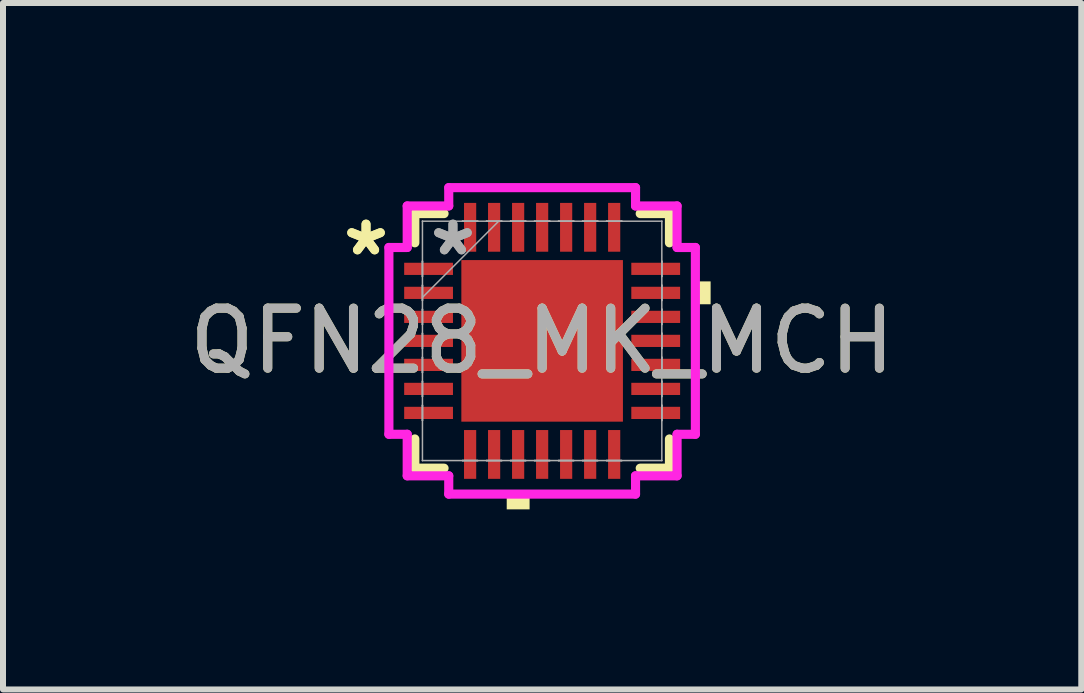
<source format=kicad_pcb>
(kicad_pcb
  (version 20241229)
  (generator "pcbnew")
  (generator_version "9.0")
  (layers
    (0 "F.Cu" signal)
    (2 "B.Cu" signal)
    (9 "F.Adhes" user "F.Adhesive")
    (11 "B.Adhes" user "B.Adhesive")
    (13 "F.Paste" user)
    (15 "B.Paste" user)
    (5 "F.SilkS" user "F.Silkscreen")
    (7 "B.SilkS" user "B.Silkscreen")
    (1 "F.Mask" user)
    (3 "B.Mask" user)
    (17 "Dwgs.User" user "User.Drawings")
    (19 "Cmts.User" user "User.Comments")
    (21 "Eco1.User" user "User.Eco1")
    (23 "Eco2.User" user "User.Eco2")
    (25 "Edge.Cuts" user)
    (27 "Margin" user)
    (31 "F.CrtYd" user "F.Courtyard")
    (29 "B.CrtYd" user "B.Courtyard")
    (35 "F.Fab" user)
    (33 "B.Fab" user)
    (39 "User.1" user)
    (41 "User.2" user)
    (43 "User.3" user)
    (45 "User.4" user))
  (footprint "QFN28_MK_MCH"
    (layer "F.Cu")
    (at 5.982 2.629)
    (property "Reference" "QFN28_MK_MCH" (at 0 0 0) (unlocked yes) (layer "F.SilkS") (effects (font (size 1 1) (thickness 0.15))))
    (attr smd)
    (fp_line (start -2.121 -2.121) (end -2.121 -1.634) (stroke (width 0.152) (type solid)) (layer "F.SilkS"))
    (fp_line (start -2.121 1.634) (end -2.121 2.121) (stroke (width 0.152) (type solid)) (layer "F.SilkS"))
    (fp_line (start -2.121 2.121) (end -1.634 2.121) (stroke (width 0.152) (type solid)) (layer "F.SilkS"))
    (fp_line (start -1.634 -2.121) (end -2.121 -2.121) (stroke (width 0.152) (type solid)) (layer "F.SilkS"))
    (fp_line (start 1.634 2.121) (end 2.121 2.121) (stroke (width 0.152) (type solid)) (layer "F.SilkS"))
    (fp_line (start 2.121 -2.121) (end 1.634 -2.121) (stroke (width 0.152) (type solid)) (layer "F.SilkS"))
    (fp_line (start 2.121 -1.634) (end 2.121 -2.121) (stroke (width 0.152) (type solid)) (layer "F.SilkS"))
    (fp_line (start 2.121 2.121) (end 2.121 1.634) (stroke (width 0.152) (type solid)) (layer "F.SilkS"))
    (fp_poly (pts (xy -0.59 2.553) (xy -0.59 2.807) (xy -0.209 2.807) (xy -0.209 2.553)) (stroke (width 0) (type solid)) (fill yes) (layer "F.SilkS"))
    (fp_poly (pts (xy 2.807 -0.991) (xy 2.807 -0.61) (xy 2.553 -0.61) (xy 2.553 -0.991)) (stroke (width 0) (type solid)) (fill yes) (layer "F.SilkS"))
    (fp_poly (pts (xy -1.246 -1.246) (xy -1.246 -0.1) (xy -0.1 -0.1) (xy -0.1 -1.246)) (stroke (width 0) (type solid)) (fill yes) (layer "F.Paste"))
    (fp_poly (pts (xy -1.246 0.1) (xy -1.246 1.246) (xy -0.1 1.246) (xy -0.1 0.1)) (stroke (width 0) (type solid)) (fill yes) (layer "F.Paste"))
    (fp_poly (pts (xy 0.1 -1.246) (xy 0.1 -0.1) (xy 1.246 -0.1) (xy 1.246 -1.246)) (stroke (width 0) (type solid)) (fill yes) (layer "F.Paste"))
    (fp_poly (pts (xy 0.1 0.1) (xy 0.1 1.246) (xy 1.246 1.246) (xy 1.246 0.1)) (stroke (width 0) (type solid)) (fill yes) (layer "F.Paste"))
    (fp_line (start -2.553 -1.556) (end -2.248 -1.556) (stroke (width 0.152) (type solid)) (layer "F.CrtYd"))
    (fp_line (start -2.553 1.556) (end -2.553 -1.556) (stroke (width 0.152) (type solid)) (layer "F.CrtYd"))
    (fp_line (start -2.248 -2.248) (end -1.556 -2.248) (stroke (width 0.152) (type solid)) (layer "F.CrtYd"))
    (fp_line (start -2.248 -1.556) (end -2.248 -2.248) (stroke (width 0.152) (type solid)) (layer "F.CrtYd"))
    (fp_line (start -2.248 1.556) (end -2.553 1.556) (stroke (width 0.152) (type solid)) (layer "F.CrtYd"))
    (fp_line (start -2.248 2.248) (end -2.248 1.556) (stroke (width 0.152) (type solid)) (layer "F.CrtYd"))
    (fp_line (start -1.556 -2.553) (end 1.556 -2.553) (stroke (width 0.152) (type solid)) (layer "F.CrtYd"))
    (fp_line (start -1.556 -2.248) (end -1.556 -2.553) (stroke (width 0.152) (type solid)) (layer "F.CrtYd"))
    (fp_line (start -1.556 2.248) (end -2.248 2.248) (stroke (width 0.152) (type solid)) (layer "F.CrtYd"))
    (fp_line (start -1.556 2.553) (end -1.556 2.248) (stroke (width 0.152) (type solid)) (layer "F.CrtYd"))
    (fp_line (start 1.556 -2.553) (end 1.556 -2.248) (stroke (width 0.152) (type solid)) (layer "F.CrtYd"))
    (fp_line (start 1.556 -2.248) (end 2.248 -2.248) (stroke (width 0.152) (type solid)) (layer "F.CrtYd"))
    (fp_line (start 1.556 2.248) (end 1.556 2.553) (stroke (width 0.152) (type solid)) (layer "F.CrtYd"))
    (fp_line (start 1.556 2.553) (end -1.556 2.553) (stroke (width 0.152) (type solid)) (layer "F.CrtYd"))
    (fp_line (start 2.248 -2.248) (end 2.248 -1.556) (stroke (width 0.152) (type solid)) (layer "F.CrtYd"))
    (fp_line (start 2.248 -1.556) (end 2.553 -1.556) (stroke (width 0.152) (type solid)) (layer "F.CrtYd"))
    (fp_line (start 2.248 1.556) (end 2.248 2.248) (stroke (width 0.152) (type solid)) (layer "F.CrtYd"))
    (fp_line (start 2.248 2.248) (end 1.556 2.248) (stroke (width 0.152) (type solid)) (layer "F.CrtYd"))
    (fp_line (start 2.553 -1.556) (end 2.553 1.556) (stroke (width 0.152) (type solid)) (layer "F.CrtYd"))
    (fp_line (start 2.553 1.556) (end 2.248 1.556) (stroke (width 0.152) (type solid)) (layer "F.CrtYd"))
    (fp_line (start -1.994 -1.994) (end -1.994 -1.994) (stroke (width 0.025) (type solid)) (layer "F.Fab"))
    (fp_line (start -1.994 -1.994) (end -1.994 1.994) (stroke (width 0.025) (type solid)) (layer "F.Fab"))
    (fp_line (start -1.994 -1.327) (end -1.994 -1.327) (stroke (width 0.025) (type solid)) (layer "F.Fab"))
    (fp_line (start -1.994 -1.327) (end -1.994 -1.073) (stroke (width 0.025) (type solid)) (layer "F.Fab"))
    (fp_line (start -1.994 -1.073) (end -1.994 -1.327) (stroke (width 0.025) (type solid)) (layer "F.Fab"))
    (fp_line (start -1.994 -1.073) (end -1.994 -1.073) (stroke (width 0.025) (type solid)) (layer "F.Fab"))
    (fp_line (start -1.994 -0.927) (end -1.994 -0.927) (stroke (width 0.025) (type solid)) (layer "F.Fab"))
    (fp_line (start -1.994 -0.927) (end -1.994 -0.673) (stroke (width 0.025) (type solid)) (layer "F.Fab"))
    (fp_line (start -1.994 -0.724) (end -0.724 -1.994) (stroke (width 0.025) (type solid)) (layer "F.Fab"))
    (fp_line (start -1.994 -0.673) (end -1.994 -0.927) (stroke (width 0.025) (type solid)) (layer "F.Fab"))
    (fp_line (start -1.994 -0.673) (end -1.994 -0.673) (stroke (width 0.025) (type solid)) (layer "F.Fab"))
    (fp_line (start -1.994 -0.527) (end -1.994 -0.527) (stroke (width 0.025) (type solid)) (layer "F.Fab"))
    (fp_line (start -1.994 -0.527) (end -1.994 -0.273) (stroke (width 0.025) (type solid)) (layer "F.Fab"))
    (fp_line (start -1.994 -0.273) (end -1.994 -0.527) (stroke (width 0.025) (type solid)) (layer "F.Fab"))
    (fp_line (start -1.994 -0.273) (end -1.994 -0.273) (stroke (width 0.025) (type solid)) (layer "F.Fab"))
    (fp_line (start -1.994 -0.127) (end -1.994 -0.127) (stroke (width 0.025) (type solid)) (layer "F.Fab"))
    (fp_line (start -1.994 -0.127) (end -1.994 0.127) (stroke (width 0.025) (type solid)) (layer "F.Fab"))
    (fp_line (start -1.994 0.127) (end -1.994 -0.127) (stroke (width 0.025) (type solid)) (layer "F.Fab"))
    (fp_line (start -1.994 0.127) (end -1.994 0.127) (stroke (width 0.025) (type solid)) (layer "F.Fab"))
    (fp_line (start -1.994 0.273) (end -1.994 0.273) (stroke (width 0.025) (type solid)) (layer "F.Fab"))
    (fp_line (start -1.994 0.273) (end -1.994 0.527) (stroke (width 0.025) (type solid)) (layer "F.Fab"))
    (fp_line (start -1.994 0.527) (end -1.994 0.273) (stroke (width 0.025) (type solid)) (layer "F.Fab"))
    (fp_line (start -1.994 0.527) (end -1.994 0.527) (stroke (width 0.025) (type solid)) (layer "F.Fab"))
    (fp_line (start -1.994 0.673) (end -1.994 0.673) (stroke (width 0.025) (type solid)) (layer "F.Fab"))
    (fp_line (start -1.994 0.673) (end -1.994 0.927) (stroke (width 0.025) (type solid)) (layer "F.Fab"))
    (fp_line (start -1.994 0.927) (end -1.994 0.673) (stroke (width 0.025) (type solid)) (layer "F.Fab"))
    (fp_line (start -1.994 0.927) (end -1.994 0.927) (stroke (width 0.025) (type solid)) (layer "F.Fab"))
    (fp_line (start -1.994 1.073) (end -1.994 1.073) (stroke (width 0.025) (type solid)) (layer "F.Fab"))
    (fp_line (start -1.994 1.073) (end -1.994 1.327) (stroke (width 0.025) (type solid)) (layer "F.Fab"))
    (fp_line (start -1.994 1.327) (end -1.994 1.073) (stroke (width 0.025) (type solid)) (layer "F.Fab"))
    (fp_line (start -1.994 1.327) (end -1.994 1.327) (stroke (width 0.025) (type solid)) (layer "F.Fab"))
    (fp_line (start -1.994 1.994) (end -1.994 1.994) (stroke (width 0.025) (type solid)) (layer "F.Fab"))
    (fp_line (start -1.994 1.994) (end 1.994 1.994) (stroke (width 0.025) (type solid)) (layer "F.Fab"))
    (fp_line (start -1.327 -1.994) (end -1.327 -1.994) (stroke (width 0.025) (type solid)) (layer "F.Fab"))
    (fp_line (start -1.327 -1.994) (end -1.073 -1.994) (stroke (width 0.025) (type solid)) (layer "F.Fab"))
    (fp_line (start -1.327 1.994) (end -1.327 1.994) (stroke (width 0.025) (type solid)) (layer "F.Fab"))
    (fp_line (start -1.327 1.994) (end -1.073 1.994) (stroke (width 0.025) (type solid)) (layer "F.Fab"))
    (fp_line (start -1.073 -1.994) (end -1.327 -1.994) (stroke (width 0.025) (type solid)) (layer "F.Fab"))
    (fp_line (start -1.073 -1.994) (end -1.073 -1.994) (stroke (width 0.025) (type solid)) (layer "F.Fab"))
    (fp_line (start -1.073 1.994) (end -1.327 1.994) (stroke (width 0.025) (type solid)) (layer "F.Fab"))
    (fp_line (start -1.073 1.994) (end -1.073 1.994) (stroke (width 0.025) (type solid)) (layer "F.Fab"))
    (fp_line (start -0.927 -1.994) (end -0.927 -1.994) (stroke (width 0.025) (type solid)) (layer "F.Fab"))
    (fp_line (start -0.927 -1.994) (end -0.673 -1.994) (stroke (width 0.025) (type solid)) (layer "F.Fab"))
    (fp_line (start -0.927 1.994) (end -0.927 1.994) (stroke (width 0.025) (type solid)) (layer "F.Fab"))
    (fp_line (start -0.927 1.994) (end -0.673 1.994) (stroke (width 0.025) (type solid)) (layer "F.Fab"))
    (fp_line (start -0.673 -1.994) (end -0.927 -1.994) (stroke (width 0.025) (type solid)) (layer "F.Fab"))
    (fp_line (start -0.673 -1.994) (end -0.673 -1.994) (stroke (width 0.025) (type solid)) (layer "F.Fab"))
    (fp_line (start -0.673 1.994) (end -0.927 1.994) (stroke (width 0.025) (type solid)) (layer "F.Fab"))
    (fp_line (start -0.673 1.994) (end -0.673 1.994) (stroke (width 0.025) (type solid)) (layer "F.Fab"))
    (fp_line (start -0.527 -1.994) (end -0.527 -1.994) (stroke (width 0.025) (type solid)) (layer "F.Fab"))
    (fp_line (start -0.527 -1.994) (end -0.273 -1.994) (stroke (width 0.025) (type solid)) (layer "F.Fab"))
    (fp_line (start -0.527 1.994) (end -0.527 1.994) (stroke (width 0.025) (type solid)) (layer "F.Fab"))
    (fp_line (start -0.527 1.994) (end -0.273 1.994) (stroke (width 0.025) (type solid)) (layer "F.Fab"))
    (fp_line (start -0.273 -1.994) (end -0.527 -1.994) (stroke (width 0.025) (type solid)) (layer "F.Fab"))
    (fp_line (start -0.273 -1.994) (end -0.273 -1.994) (stroke (width 0.025) (type solid)) (layer "F.Fab"))
    (fp_line (start -0.273 1.994) (end -0.527 1.994) (stroke (width 0.025) (type solid)) (layer "F.Fab"))
    (fp_line (start -0.273 1.994) (end -0.273 1.994) (stroke (width 0.025) (type solid)) (layer "F.Fab"))
    (fp_line (start -0.127 -1.994) (end -0.127 -1.994) (stroke (width 0.025) (type solid)) (layer "F.Fab"))
    (fp_line (start -0.127 -1.994) (end 0.127 -1.994) (stroke (width 0.025) (type solid)) (layer "F.Fab"))
    (fp_line (start -0.127 1.994) (end -0.127 1.994) (stroke (width 0.025) (type solid)) (layer "F.Fab"))
    (fp_line (start -0.127 1.994) (end 0.127 1.994) (stroke (width 0.025) (type solid)) (layer "F.Fab"))
    (fp_line (start 0.127 -1.994) (end -0.127 -1.994) (stroke (width 0.025) (type solid)) (layer "F.Fab"))
    (fp_line (start 0.127 -1.994) (end 0.127 -1.994) (stroke (width 0.025) (type solid)) (layer "F.Fab"))
    (fp_line (start 0.127 1.994) (end -0.127 1.994) (stroke (width 0.025) (type solid)) (layer "F.Fab"))
    (fp_line (start 0.127 1.994) (end 0.127 1.994) (stroke (width 0.025) (type solid)) (layer "F.Fab"))
    (fp_line (start 0.273 -1.994) (end 0.273 -1.994) (stroke (width 0.025) (type solid)) (layer "F.Fab"))
    (fp_line (start 0.273 -1.994) (end 0.527 -1.994) (stroke (width 0.025) (type solid)) (layer "F.Fab"))
    (fp_line (start 0.273 1.994) (end 0.273 1.994) (stroke (width 0.025) (type solid)) (layer "F.Fab"))
    (fp_line (start 0.273 1.994) (end 0.527 1.994) (stroke (width 0.025) (type solid)) (layer "F.Fab"))
    (fp_line (start 0.527 -1.994) (end 0.273 -1.994) (stroke (width 0.025) (type solid)) (layer "F.Fab"))
    (fp_line (start 0.527 -1.994) (end 0.527 -1.994) (stroke (width 0.025) (type solid)) (layer "F.Fab"))
    (fp_line (start 0.527 1.994) (end 0.273 1.994) (stroke (width 0.025) (type solid)) (layer "F.Fab"))
    (fp_line (start 0.527 1.994) (end 0.527 1.994) (stroke (width 0.025) (type solid)) (layer "F.Fab"))
    (fp_line (start 0.673 -1.994) (end 0.673 -1.994) (stroke (width 0.025) (type solid)) (layer "F.Fab"))
    (fp_line (start 0.673 -1.994) (end 0.927 -1.994) (stroke (width 0.025) (type solid)) (layer "F.Fab"))
    (fp_line (start 0.673 1.994) (end 0.673 1.994) (stroke (width 0.025) (type solid)) (layer "F.Fab"))
    (fp_line (start 0.673 1.994) (end 0.927 1.994) (stroke (width 0.025) (type solid)) (layer "F.Fab"))
    (fp_line (start 0.927 -1.994) (end 0.673 -1.994) (stroke (width 0.025) (type solid)) (layer "F.Fab"))
    (fp_line (start 0.927 -1.994) (end 0.927 -1.994) (stroke (width 0.025) (type solid)) (layer "F.Fab"))
    (fp_line (start 0.927 1.994) (end 0.673 1.994) (stroke (width 0.025) (type solid)) (layer "F.Fab"))
    (fp_line (start 0.927 1.994) (end 0.927 1.994) (stroke (width 0.025) (type solid)) (layer "F.Fab"))
    (fp_line (start 1.073 -1.994) (end 1.073 -1.994) (stroke (width 0.025) (type solid)) (layer "F.Fab"))
    (fp_line (start 1.073 -1.994) (end 1.327 -1.994) (stroke (width 0.025) (type solid)) (layer "F.Fab"))
    (fp_line (start 1.073 1.994) (end 1.073 1.994) (stroke (width 0.025) (type solid)) (layer "F.Fab"))
    (fp_line (start 1.073 1.994) (end 1.327 1.994) (stroke (width 0.025) (type solid)) (layer "F.Fab"))
    (fp_line (start 1.327 -1.994) (end 1.073 -1.994) (stroke (width 0.025) (type solid)) (layer "F.Fab"))
    (fp_line (start 1.327 -1.994) (end 1.327 -1.994) (stroke (width 0.025) (type solid)) (layer "F.Fab"))
    (fp_line (start 1.327 1.994) (end 1.073 1.994) (stroke (width 0.025) (type solid)) (layer "F.Fab"))
    (fp_line (start 1.327 1.994) (end 1.327 1.994) (stroke (width 0.025) (type solid)) (layer "F.Fab"))
    (fp_line (start 1.994 -1.994) (end -1.994 -1.994) (stroke (width 0.025) (type solid)) (layer "F.Fab"))
    (fp_line (start 1.994 -1.994) (end 1.994 -1.994) (stroke (width 0.025) (type solid)) (layer "F.Fab"))
    (fp_line (start 1.994 -1.327) (end 1.994 -1.327) (stroke (width 0.025) (type solid)) (layer "F.Fab"))
    (fp_line (start 1.994 -1.327) (end 1.994 -1.073) (stroke (width 0.025) (type solid)) (layer "F.Fab"))
    (fp_line (start 1.994 -1.073) (end 1.994 -1.327) (stroke (width 0.025) (type solid)) (layer "F.Fab"))
    (fp_line (start 1.994 -1.073) (end 1.994 -1.073) (stroke (width 0.025) (type solid)) (layer "F.Fab"))
    (fp_line (start 1.994 -0.927) (end 1.994 -0.927) (stroke (width 0.025) (type solid)) (layer "F.Fab"))
    (fp_line (start 1.994 -0.927) (end 1.994 -0.673) (stroke (width 0.025) (type solid)) (layer "F.Fab"))
    (fp_line (start 1.994 -0.673) (end 1.994 -0.927) (stroke (width 0.025) (type solid)) (layer "F.Fab"))
    (fp_line (start 1.994 -0.673) (end 1.994 -0.673) (stroke (width 0.025) (type solid)) (layer "F.Fab"))
    (fp_line (start 1.994 -0.527) (end 1.994 -0.527) (stroke (width 0.025) (type solid)) (layer "F.Fab"))
    (fp_line (start 1.994 -0.527) (end 1.994 -0.273) (stroke (width 0.025) (type solid)) (layer "F.Fab"))
    (fp_line (start 1.994 -0.273) (end 1.994 -0.527) (stroke (width 0.025) (type solid)) (layer "F.Fab"))
    (fp_line (start 1.994 -0.273) (end 1.994 -0.273) (stroke (width 0.025) (type solid)) (layer "F.Fab"))
    (fp_line (start 1.994 -0.127) (end 1.994 -0.127) (stroke (width 0.025) (type solid)) (layer "F.Fab"))
    (fp_line (start 1.994 -0.127) (end 1.994 0.127) (stroke (width 0.025) (type solid)) (layer "F.Fab"))
    (fp_line (start 1.994 0.127) (end 1.994 -0.127) (stroke (width 0.025) (type solid)) (layer "F.Fab"))
    (fp_line (start 1.994 0.127) (end 1.994 0.127) (stroke (width 0.025) (type solid)) (layer "F.Fab"))
    (fp_line (start 1.994 0.273) (end 1.994 0.273) (stroke (width 0.025) (type solid)) (layer "F.Fab"))
    (fp_line (start 1.994 0.273) (end 1.994 0.527) (stroke (width 0.025) (type solid)) (layer "F.Fab"))
    (fp_line (start 1.994 0.527) (end 1.994 0.273) (stroke (width 0.025) (type solid)) (layer "F.Fab"))
    (fp_line (start 1.994 0.527) (end 1.994 0.527) (stroke (width 0.025) (type solid)) (layer "F.Fab"))
    (fp_line (start 1.994 0.673) (end 1.994 0.673) (stroke (width 0.025) (type solid)) (layer "F.Fab"))
    (fp_line (start 1.994 0.673) (end 1.994 0.927) (stroke (width 0.025) (type solid)) (layer "F.Fab"))
    (fp_line (start 1.994 0.927) (end 1.994 0.673) (stroke (width 0.025) (type solid)) (layer "F.Fab"))
    (fp_line (start 1.994 0.927) (end 1.994 0.927) (stroke (width 0.025) (type solid)) (layer "F.Fab"))
    (fp_line (start 1.994 1.073) (end 1.994 1.073) (stroke (width 0.025) (type solid)) (layer "F.Fab"))
    (fp_line (start 1.994 1.073) (end 1.994 1.327) (stroke (width 0.025) (type solid)) (layer "F.Fab"))
    (fp_line (start 1.994 1.327) (end 1.994 1.073) (stroke (width 0.025) (type solid)) (layer "F.Fab"))
    (fp_line (start 1.994 1.327) (end 1.994 1.327) (stroke (width 0.025) (type solid)) (layer "F.Fab"))
    (fp_line (start 1.994 1.994) (end 1.994 -1.994) (stroke (width 0.025) (type solid)) (layer "F.Fab"))
    (fp_line (start 1.994 1.994) (end 1.994 1.994) (stroke (width 0.025) (type solid)) (layer "F.Fab"))
    (fp_text user "*" (at -2.934 -1.4 0) (layer "F.SilkS") (effects (font (size 1 1) (thickness 0.15))))
    (fp_text user "*" (at -2.934 -1.4 0) (unlocked yes) (layer "F.SilkS") (effects (font (size 1 1) (thickness 0.15))))
    (fp_text user "*" (at -1.486 -1.4 0) (layer "F.Fab") (effects (font (size 1 1) (thickness 0.15))))
    (fp_text user "${REFERENCE}" (at 0 0 0) (unlocked yes) (layer "F.Fab") (effects (font (size 1 1) (thickness 0.15))))
    (fp_text user "*" (at -1.486 -1.4 0) (unlocked yes) (layer "F.Fab") (effects (font (size 1 1) (thickness 0.15))))
    (pad "1" smd rect (at -1.892 -1.2 90) (size 0.203 0.813) (layers "F.Cu" "F.Mask" "F.Paste"))
    (pad "2" smd rect (at -1.892 -0.8 90) (size 0.203 0.813) (layers "F.Cu" "F.Mask" "F.Paste"))
    (pad "3" smd rect (at -1.892 -0.4 90) (size 0.203 0.813) (layers "F.Cu" "F.Mask" "F.Paste"))
    (pad "4" smd rect (at -1.892 0 90) (size 0.203 0.813) (layers "F.Cu" "F.Mask" "F.Paste"))
    (pad "5" smd rect (at -1.892 0.4 90) (size 0.203 0.813) (layers "F.Cu" "F.Mask" "F.Paste"))
    (pad "6" smd rect (at -1.892 0.8 90) (size 0.203 0.813) (layers "F.Cu" "F.Mask" "F.Paste"))
    (pad "7" smd rect (at -1.892 1.2 90) (size 0.203 0.813) (layers "F.Cu" "F.Mask" "F.Paste"))
    (pad "8" smd rect (at -1.2 1.892) (size 0.203 0.813) (layers "F.Cu" "F.Mask" "F.Paste"))
    (pad "9" smd rect (at -0.8 1.892) (size 0.203 0.813) (layers "F.Cu" "F.Mask" "F.Paste"))
    (pad "10" smd rect (at -0.4 1.892) (size 0.203 0.813) (layers "F.Cu" "F.Mask" "F.Paste"))
    (pad "11" smd rect (at 0 1.892) (size 0.203 0.813) (layers "F.Cu" "F.Mask" "F.Paste"))
    (pad "12" smd rect (at 0.4 1.892) (size 0.203 0.813) (layers "F.Cu" "F.Mask" "F.Paste"))
    (pad "13" smd rect (at 0.8 1.892) (size 0.203 0.813) (layers "F.Cu" "F.Mask" "F.Paste"))
    (pad "14" smd rect (at 1.2 1.892) (size 0.203 0.813) (layers "F.Cu" "F.Mask" "F.Paste"))
    (pad "15" smd rect (at 1.892 1.2 90) (size 0.203 0.813) (layers "F.Cu" "F.Mask" "F.Paste"))
    (pad "16" smd rect (at 1.892 0.8 90) (size 0.203 0.813) (layers "F.Cu" "F.Mask" "F.Paste"))
    (pad "17" smd rect (at 1.892 0.4 90) (size 0.203 0.813) (layers "F.Cu" "F.Mask" "F.Paste"))
    (pad "18" smd rect (at 1.892 0 90) (size 0.203 0.813) (layers "F.Cu" "F.Mask" "F.Paste"))
    (pad "19" smd rect (at 1.892 -0.4 90) (size 0.203 0.813) (layers "F.Cu" "F.Mask" "F.Paste"))
    (pad "20" smd rect (at 1.892 -0.8 90) (size 0.203 0.813) (layers "F.Cu" "F.Mask" "F.Paste"))
    (pad "21" smd rect (at 1.892 -1.2 90) (size 0.203 0.813) (layers "F.Cu" "F.Mask" "F.Paste"))
    (pad "22" smd rect (at 1.2 -1.892) (size 0.203 0.813) (layers "F.Cu" "F.Mask" "F.Paste"))
    (pad "23" smd rect (at 0.8 -1.892) (size 0.203 0.813) (layers "F.Cu" "F.Mask" "F.Paste"))
    (pad "24" smd rect (at 0.4 -1.892) (size 0.203 0.813) (layers "F.Cu" "F.Mask" "F.Paste"))
    (pad "25" smd rect (at 0 -1.892) (size 0.203 0.813) (layers "F.Cu" "F.Mask" "F.Paste"))
    (pad "26" smd rect (at -0.4 -1.892) (size 0.203 0.813) (layers "F.Cu" "F.Mask" "F.Paste"))
    (pad "27" smd rect (at -0.8 -1.892) (size 0.203 0.813) (layers "F.Cu" "F.Mask" "F.Paste"))
    (pad "28" smd rect (at -1.2 -1.892) (size 0.203 0.813) (layers "F.Cu" "F.Mask" "F.Paste"))
    (pad "29" smd rect (at 0 0) (size 2.692 2.692) (layers "F.Cu" "F.Mask" "F.Paste")))
  (gr_rect
    (start -3 -3)
    (end 14.964 8.436)
    (stroke (width 0.1) (type default))
    (fill no)
    (layer "Edge.Cuts")))
</source>
